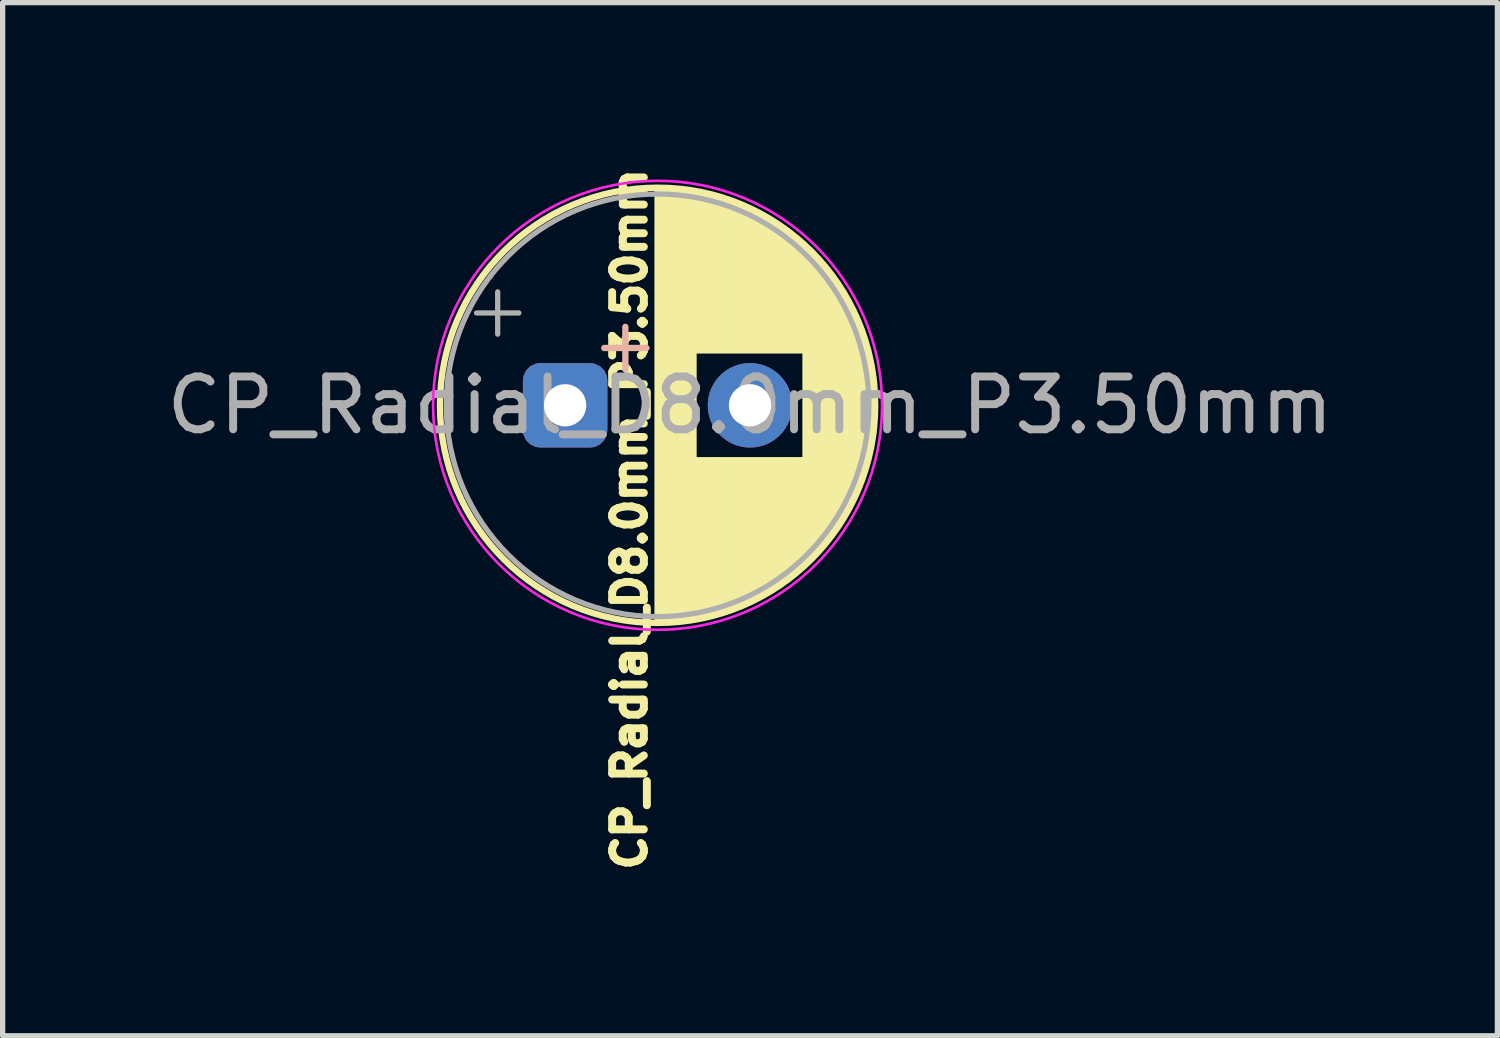
<source format=kicad_pcb>
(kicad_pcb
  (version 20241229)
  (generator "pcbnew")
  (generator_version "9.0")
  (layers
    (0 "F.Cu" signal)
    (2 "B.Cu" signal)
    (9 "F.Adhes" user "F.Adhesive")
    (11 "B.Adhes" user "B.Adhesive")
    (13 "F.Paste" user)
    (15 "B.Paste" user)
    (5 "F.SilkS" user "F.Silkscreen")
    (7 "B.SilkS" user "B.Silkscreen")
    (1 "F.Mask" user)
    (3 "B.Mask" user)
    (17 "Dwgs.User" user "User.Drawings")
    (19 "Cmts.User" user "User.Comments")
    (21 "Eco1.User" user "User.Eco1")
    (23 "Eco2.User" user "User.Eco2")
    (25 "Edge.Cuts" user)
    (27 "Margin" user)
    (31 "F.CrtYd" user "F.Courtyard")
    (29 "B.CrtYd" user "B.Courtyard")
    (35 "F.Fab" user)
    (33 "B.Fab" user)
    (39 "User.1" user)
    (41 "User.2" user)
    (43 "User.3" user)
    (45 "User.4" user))
  (footprint "CP_Radial_D8.0mm_P3.50mm"
    (layer "F.Cu")
    (at 9.399 4.623)
    (property "Reference" "CP_Radial_D8.0mm_P3.50mm" (at -0.53 2.157 90) (layer "F.SilkS") (effects (font (size 0.6 0.6) (thickness 0.15))))
    (attr through_hole)
    (fp_line (start 0 -4.08) (end 0 4.08) (stroke (width 0.12) (type solid)) (layer "F.SilkS"))
    (fp_line (start 0.04 -4.08) (end 0.04 4.08) (stroke (width 0.12) (type solid)) (layer "F.SilkS"))
    (fp_line (start 0.08 -4.08) (end 0.08 4.08) (stroke (width 0.12) (type solid)) (layer "F.SilkS"))
    (fp_line (start 0.12 -4.079) (end 0.12 4.079) (stroke (width 0.12) (type solid)) (layer "F.SilkS"))
    (fp_line (start 0.16 -4.077) (end 0.16 4.077) (stroke (width 0.12) (type solid)) (layer "F.SilkS"))
    (fp_line (start 0.2 -4.076) (end 0.2 4.076) (stroke (width 0.12) (type solid)) (layer "F.SilkS"))
    (fp_line (start 0.24 -4.074) (end 0.24 4.074) (stroke (width 0.12) (type solid)) (layer "F.SilkS"))
    (fp_line (start 0.28 -4.071) (end 0.28 4.071) (stroke (width 0.12) (type solid)) (layer "F.SilkS"))
    (fp_line (start 0.32 -4.068) (end 0.32 4.068) (stroke (width 0.12) (type solid)) (layer "F.SilkS"))
    (fp_line (start 0.36 -4.065) (end 0.36 4.065) (stroke (width 0.12) (type solid)) (layer "F.SilkS"))
    (fp_line (start 0.4 -4.061) (end 0.4 4.061) (stroke (width 0.12) (type solid)) (layer "F.SilkS"))
    (fp_line (start 0.44 -4.057) (end 0.44 4.057) (stroke (width 0.12) (type solid)) (layer "F.SilkS"))
    (fp_line (start 0.48 -4.052) (end 0.48 4.052) (stroke (width 0.12) (type solid)) (layer "F.SilkS"))
    (fp_line (start 0.52 -4.048) (end 0.52 4.048) (stroke (width 0.12) (type solid)) (layer "F.SilkS"))
    (fp_line (start 0.56 -4.042) (end 0.56 4.042) (stroke (width 0.12) (type solid)) (layer "F.SilkS"))
    (fp_line (start 0.6 -4.037) (end 0.6 4.037) (stroke (width 0.12) (type solid)) (layer "F.SilkS"))
    (fp_line (start 0.64 -4.03) (end 0.64 4.03) (stroke (width 0.12) (type solid)) (layer "F.SilkS"))
    (fp_line (start 0.68 -4.024) (end 0.68 4.024) (stroke (width 0.12) (type solid)) (layer "F.SilkS"))
    (fp_line (start 0.721 -4.017) (end 0.721 -1.04) (stroke (width 0.12) (type solid)) (layer "F.SilkS"))
    (fp_line (start 0.721 1.04) (end 0.721 4.017) (stroke (width 0.12) (type solid)) (layer "F.SilkS"))
    (fp_line (start 0.761 -4.01) (end 0.761 -1.04) (stroke (width 0.12) (type solid)) (layer "F.SilkS"))
    (fp_line (start 0.761 1.04) (end 0.761 4.01) (stroke (width 0.12) (type solid)) (layer "F.SilkS"))
    (fp_line (start 0.801 -4.002) (end 0.801 -1.04) (stroke (width 0.12) (type solid)) (layer "F.SilkS"))
    (fp_line (start 0.801 1.04) (end 0.801 4.002) (stroke (width 0.12) (type solid)) (layer "F.SilkS"))
    (fp_line (start 0.841 -3.994) (end 0.841 -1.04) (stroke (width 0.12) (type solid)) (layer "F.SilkS"))
    (fp_line (start 0.841 1.04) (end 0.841 3.994) (stroke (width 0.12) (type solid)) (layer "F.SilkS"))
    (fp_line (start 0.881 1.04) (end 0.881 3.985) (stroke (width 0.12) (type solid)) (layer "F.SilkS"))
    (fp_line (start 0.881 -3.985) (end 0.881 -1.04) (stroke (width 0.12) (type solid)) (layer "F.SilkS"))
    (fp_line (start 0.921 -3.976) (end 0.921 -1.04) (stroke (width 0.12) (type solid)) (layer "F.SilkS"))
    (fp_line (start 0.921 1.04) (end 0.921 3.976) (stroke (width 0.12) (type solid)) (layer "F.SilkS"))
    (fp_line (start 0.961 -3.967) (end 0.961 -1.04) (stroke (width 0.12) (type solid)) (layer "F.SilkS"))
    (fp_line (start 0.961 1.04) (end 0.961 3.967) (stroke (width 0.12) (type solid)) (layer "F.SilkS"))
    (fp_line (start 1.001 -3.957) (end 1.001 -1.04) (stroke (width 0.12) (type solid)) (layer "F.SilkS"))
    (fp_line (start 1.001 1.04) (end 1.001 3.957) (stroke (width 0.12) (type solid)) (layer "F.SilkS"))
    (fp_line (start 1.041 -3.947) (end 1.041 -1.04) (stroke (width 0.12) (type solid)) (layer "F.SilkS"))
    (fp_line (start 1.041 1.04) (end 1.041 3.947) (stroke (width 0.12) (type solid)) (layer "F.SilkS"))
    (fp_line (start 1.081 1.04) (end 1.081 3.936) (stroke (width 0.12) (type solid)) (layer "F.SilkS"))
    (fp_line (start 1.081 -3.936) (end 1.081 -1.04) (stroke (width 0.12) (type solid)) (layer "F.SilkS"))
    (fp_line (start 1.121 -3.925) (end 1.121 -1.04) (stroke (width 0.12) (type solid)) (layer "F.SilkS"))
    (fp_line (start 1.121 1.04) (end 1.121 3.925) (stroke (width 0.12) (type solid)) (layer "F.SilkS"))
    (fp_line (start 1.161 -3.914) (end 1.161 -1.04) (stroke (width 0.12) (type solid)) (layer "F.SilkS"))
    (fp_line (start 1.161 1.04) (end 1.161 3.914) (stroke (width 0.12) (type solid)) (layer "F.SilkS"))
    (fp_line (start 1.201 -3.902) (end 1.201 -1.04) (stroke (width 0.12) (type solid)) (layer "F.SilkS"))
    (fp_line (start 1.201 1.04) (end 1.201 3.902) (stroke (width 0.12) (type solid)) (layer "F.SilkS"))
    (fp_line (start 1.241 -3.889) (end 1.241 -1.04) (stroke (width 0.12) (type solid)) (layer "F.SilkS"))
    (fp_line (start 1.241 1.04) (end 1.241 3.889) (stroke (width 0.12) (type solid)) (layer "F.SilkS"))
    (fp_line (start 1.281 -3.877) (end 1.281 -1.04) (stroke (width 0.12) (type solid)) (layer "F.SilkS"))
    (fp_line (start 1.281 1.04) (end 1.281 3.877) (stroke (width 0.12) (type solid)) (layer "F.SilkS"))
    (fp_line (start 1.321 1.04) (end 1.321 3.863) (stroke (width 0.12) (type solid)) (layer "F.SilkS"))
    (fp_line (start 1.321 -3.863) (end 1.321 -1.04) (stroke (width 0.12) (type solid)) (layer "F.SilkS"))
    (fp_line (start 1.361 -3.85) (end 1.361 -1.04) (stroke (width 0.12) (type solid)) (layer "F.SilkS"))
    (fp_line (start 1.361 1.04) (end 1.361 3.85) (stroke (width 0.12) (type solid)) (layer "F.SilkS"))
    (fp_line (start 1.401 -3.835) (end 1.401 -1.04) (stroke (width 0.12) (type solid)) (layer "F.SilkS"))
    (fp_line (start 1.401 1.04) (end 1.401 3.835) (stroke (width 0.12) (type solid)) (layer "F.SilkS"))
    (fp_line (start 1.441 -3.821) (end 1.441 -1.04) (stroke (width 0.12) (type solid)) (layer "F.SilkS"))
    (fp_line (start 1.441 1.04) (end 1.441 3.821) (stroke (width 0.12) (type solid)) (layer "F.SilkS"))
    (fp_line (start 1.481 -3.805) (end 1.481 -1.04) (stroke (width 0.12) (type solid)) (layer "F.SilkS"))
    (fp_line (start 1.481 1.04) (end 1.481 3.805) (stroke (width 0.12) (type solid)) (layer "F.SilkS"))
    (fp_line (start 1.521 1.04) (end 1.521 3.79) (stroke (width 0.12) (type solid)) (layer "F.SilkS"))
    (fp_line (start 1.521 -3.79) (end 1.521 -1.04) (stroke (width 0.12) (type solid)) (layer "F.SilkS"))
    (fp_line (start 1.561 -3.774) (end 1.561 -1.04) (stroke (width 0.12) (type solid)) (layer "F.SilkS"))
    (fp_line (start 1.561 1.04) (end 1.561 3.774) (stroke (width 0.12) (type solid)) (layer "F.SilkS"))
    (fp_line (start 1.601 -3.757) (end 1.601 -1.04) (stroke (width 0.12) (type solid)) (layer "F.SilkS"))
    (fp_line (start 1.601 1.04) (end 1.601 3.757) (stroke (width 0.12) (type solid)) (layer "F.SilkS"))
    (fp_line (start 1.641 -3.74) (end 1.641 -1.04) (stroke (width 0.12) (type solid)) (layer "F.SilkS"))
    (fp_line (start 1.641 1.04) (end 1.641 3.74) (stroke (width 0.12) (type solid)) (layer "F.SilkS"))
    (fp_line (start 1.681 -3.722) (end 1.681 -1.04) (stroke (width 0.12) (type solid)) (layer "F.SilkS"))
    (fp_line (start 1.681 1.04) (end 1.681 3.722) (stroke (width 0.12) (type solid)) (layer "F.SilkS"))
    (fp_line (start 1.721 -3.704) (end 1.721 -1.04) (stroke (width 0.12) (type solid)) (layer "F.SilkS"))
    (fp_line (start 1.721 1.04) (end 1.721 3.704) (stroke (width 0.12) (type solid)) (layer "F.SilkS"))
    (fp_line (start 1.761 -3.686) (end 1.761 -1.04) (stroke (width 0.12) (type solid)) (layer "F.SilkS"))
    (fp_line (start 1.761 1.04) (end 1.761 3.686) (stroke (width 0.12) (type solid)) (layer "F.SilkS"))
    (fp_line (start 1.801 -3.666) (end 1.801 -1.04) (stroke (width 0.12) (type solid)) (layer "F.SilkS"))
    (fp_line (start 1.801 1.04) (end 1.801 3.666) (stroke (width 0.12) (type solid)) (layer "F.SilkS"))
    (fp_line (start 1.841 -3.647) (end 1.841 -1.04) (stroke (width 0.12) (type solid)) (layer "F.SilkS"))
    (fp_line (start 1.841 1.04) (end 1.841 3.647) (stroke (width 0.12) (type solid)) (layer "F.SilkS"))
    (fp_line (start 1.881 -3.627) (end 1.881 -1.04) (stroke (width 0.12) (type solid)) (layer "F.SilkS"))
    (fp_line (start 1.881 1.04) (end 1.881 3.627) (stroke (width 0.12) (type solid)) (layer "F.SilkS"))
    (fp_line (start 1.921 -3.606) (end 1.921 -1.04) (stroke (width 0.12) (type solid)) (layer "F.SilkS"))
    (fp_line (start 1.921 1.04) (end 1.921 3.606) (stroke (width 0.12) (type solid)) (layer "F.SilkS"))
    (fp_line (start 1.961 1.04) (end 1.961 3.584) (stroke (width 0.12) (type solid)) (layer "F.SilkS"))
    (fp_line (start 1.961 -3.584) (end 1.961 -1.04) (stroke (width 0.12) (type solid)) (layer "F.SilkS"))
    (fp_line (start 2.001 -3.562) (end 2.001 -1.04) (stroke (width 0.12) (type solid)) (layer "F.SilkS"))
    (fp_line (start 2.001 1.04) (end 2.001 3.562) (stroke (width 0.12) (type solid)) (layer "F.SilkS"))
    (fp_line (start 2.041 -3.54) (end 2.041 -1.04) (stroke (width 0.12) (type solid)) (layer "F.SilkS"))
    (fp_line (start 2.041 1.04) (end 2.041 3.54) (stroke (width 0.12) (type solid)) (layer "F.SilkS"))
    (fp_line (start 2.081 -3.517) (end 2.081 -1.04) (stroke (width 0.12) (type solid)) (layer "F.SilkS"))
    (fp_line (start 2.081 1.04) (end 2.081 3.517) (stroke (width 0.12) (type solid)) (layer "F.SilkS"))
    (fp_line (start 2.121 -3.493) (end 2.121 -1.04) (stroke (width 0.12) (type solid)) (layer "F.SilkS"))
    (fp_line (start 2.121 1.04) (end 2.121 3.493) (stroke (width 0.12) (type solid)) (layer "F.SilkS"))
    (fp_line (start 2.161 -3.469) (end 2.161 -1.04) (stroke (width 0.12) (type solid)) (layer "F.SilkS"))
    (fp_line (start 2.161 1.04) (end 2.161 3.469) (stroke (width 0.12) (type solid)) (layer "F.SilkS"))
    (fp_line (start 2.201 -3.444) (end 2.201 -1.04) (stroke (width 0.12) (type solid)) (layer "F.SilkS"))
    (fp_line (start 2.201 1.04) (end 2.201 3.444) (stroke (width 0.12) (type solid)) (layer "F.SilkS"))
    (fp_line (start 2.241 -3.418) (end 2.241 -1.04) (stroke (width 0.12) (type solid)) (layer "F.SilkS"))
    (fp_line (start 2.241 1.04) (end 2.241 3.418) (stroke (width 0.12) (type solid)) (layer "F.SilkS"))
    (fp_line (start 2.281 -3.392) (end 2.281 -1.04) (stroke (width 0.12) (type solid)) (layer "F.SilkS"))
    (fp_line (start 2.281 1.04) (end 2.281 3.392) (stroke (width 0.12) (type solid)) (layer "F.SilkS"))
    (fp_line (start 2.321 -3.365) (end 2.321 -1.04) (stroke (width 0.12) (type solid)) (layer "F.SilkS"))
    (fp_line (start 2.321 1.04) (end 2.321 3.365) (stroke (width 0.12) (type solid)) (layer "F.SilkS"))
    (fp_line (start 2.361 1.04) (end 2.361 3.338) (stroke (width 0.12) (type solid)) (layer "F.SilkS"))
    (fp_line (start 2.361 -3.338) (end 2.361 -1.04) (stroke (width 0.12) (type solid)) (layer "F.SilkS"))
    (fp_line (start 2.401 1.04) (end 2.401 3.309) (stroke (width 0.12) (type solid)) (layer "F.SilkS"))
    (fp_line (start 2.401 -3.309) (end 2.401 -1.04) (stroke (width 0.12) (type solid)) (layer "F.SilkS"))
    (fp_line (start 2.441 -3.28) (end 2.441 -1.04) (stroke (width 0.12) (type solid)) (layer "F.SilkS"))
    (fp_line (start 2.441 1.04) (end 2.441 3.28) (stroke (width 0.12) (type solid)) (layer "F.SilkS"))
    (fp_line (start 2.481 -3.25) (end 2.481 -1.04) (stroke (width 0.12) (type solid)) (layer "F.SilkS"))
    (fp_line (start 2.481 1.04) (end 2.481 3.25) (stroke (width 0.12) (type solid)) (layer "F.SilkS"))
    (fp_line (start 2.521 -3.22) (end 2.521 -1.04) (stroke (width 0.12) (type solid)) (layer "F.SilkS"))
    (fp_line (start 2.521 1.04) (end 2.521 3.22) (stroke (width 0.12) (type solid)) (layer "F.SilkS"))
    (fp_line (start 2.561 -3.189) (end 2.561 -1.04) (stroke (width 0.12) (type solid)) (layer "F.SilkS"))
    (fp_line (start 2.561 1.04) (end 2.561 3.189) (stroke (width 0.12) (type solid)) (layer "F.SilkS"))
    (fp_line (start 2.601 -3.156) (end 2.601 -1.04) (stroke (width 0.12) (type solid)) (layer "F.SilkS"))
    (fp_line (start 2.601 1.04) (end 2.601 3.156) (stroke (width 0.12) (type solid)) (layer "F.SilkS"))
    (fp_line (start 2.641 -3.124) (end 2.641 -1.04) (stroke (width 0.12) (type solid)) (layer "F.SilkS"))
    (fp_line (start 2.641 1.04) (end 2.641 3.124) (stroke (width 0.12) (type solid)) (layer "F.SilkS"))
    (fp_line (start 2.681 -3.09) (end 2.681 -1.04) (stroke (width 0.12) (type solid)) (layer "F.SilkS"))
    (fp_line (start 2.681 1.04) (end 2.681 3.09) (stroke (width 0.12) (type solid)) (layer "F.SilkS"))
    (fp_line (start 2.721 -3.055) (end 2.721 -1.04) (stroke (width 0.12) (type solid)) (layer "F.SilkS"))
    (fp_line (start 2.721 1.04) (end 2.721 3.055) (stroke (width 0.12) (type solid)) (layer "F.SilkS"))
    (fp_line (start 2.761 -3.019) (end 2.761 -1.04) (stroke (width 0.12) (type solid)) (layer "F.SilkS"))
    (fp_line (start 2.761 1.04) (end 2.761 3.019) (stroke (width 0.12) (type solid)) (layer "F.SilkS"))
    (fp_line (start 2.801 -2.983) (end 2.801 2.983) (stroke (width 0.12) (type solid)) (layer "F.SilkS"))
    (fp_line (start 2.841 -2.945) (end 2.841 2.945) (stroke (width 0.12) (type solid)) (layer "F.SilkS"))
    (fp_line (start 2.881 -2.907) (end 2.881 2.907) (stroke (width 0.12) (type solid)) (layer "F.SilkS"))
    (fp_line (start 2.921 -2.867) (end 2.921 2.867) (stroke (width 0.12) (type solid)) (layer "F.SilkS"))
    (fp_line (start 2.961 -2.826) (end 2.961 2.826) (stroke (width 0.12) (type solid)) (layer "F.SilkS"))
    (fp_line (start 3.001 -2.784) (end 3.001 2.784) (stroke (width 0.12) (type solid)) (layer "F.SilkS"))
    (fp_line (start 3.041 -2.741) (end 3.041 2.741) (stroke (width 0.12) (type solid)) (layer "F.SilkS"))
    (fp_line (start 3.081 -2.697) (end 3.081 2.697) (stroke (width 0.12) (type solid)) (layer "F.SilkS"))
    (fp_line (start 3.121 -2.651) (end 3.121 2.651) (stroke (width 0.12) (type solid)) (layer "F.SilkS"))
    (fp_line (start 3.161 -2.604) (end 3.161 2.604) (stroke (width 0.12) (type solid)) (layer "F.SilkS"))
    (fp_line (start 3.201 -2.556) (end 3.201 2.556) (stroke (width 0.12) (type solid)) (layer "F.SilkS"))
    (fp_line (start 3.241 -2.505) (end 3.241 2.505) (stroke (width 0.12) (type solid)) (layer "F.SilkS"))
    (fp_line (start 3.281 -2.454) (end 3.281 2.454) (stroke (width 0.12) (type solid)) (layer "F.SilkS"))
    (fp_line (start 3.321 -2.4) (end 3.321 2.4) (stroke (width 0.12) (type solid)) (layer "F.SilkS"))
    (fp_line (start 3.361 -2.345) (end 3.361 2.345) (stroke (width 0.12) (type solid)) (layer "F.SilkS"))
    (fp_line (start 3.401 -2.287) (end 3.401 2.287) (stroke (width 0.12) (type solid)) (layer "F.SilkS"))
    (fp_line (start 3.441 -2.228) (end 3.441 2.228) (stroke (width 0.12) (type solid)) (layer "F.SilkS"))
    (fp_line (start 3.481 -2.166) (end 3.481 2.166) (stroke (width 0.12) (type solid)) (layer "F.SilkS"))
    (fp_line (start 3.521 -2.102) (end 3.521 2.102) (stroke (width 0.12) (type solid)) (layer "F.SilkS"))
    (fp_line (start 3.561 -2.034) (end 3.561 2.034) (stroke (width 0.12) (type solid)) (layer "F.SilkS"))
    (fp_line (start 3.601 -1.964) (end 3.601 1.964) (stroke (width 0.12) (type solid)) (layer "F.SilkS"))
    (fp_line (start 3.641 -1.89) (end 3.641 1.89) (stroke (width 0.12) (type solid)) (layer "F.SilkS"))
    (fp_line (start 3.681 -1.813) (end 3.681 1.813) (stroke (width 0.12) (type solid)) (layer "F.SilkS"))
    (fp_line (start 3.721 -1.731) (end 3.721 1.731) (stroke (width 0.12) (type solid)) (layer "F.SilkS"))
    (fp_line (start 3.761 -1.645) (end 3.761 1.645) (stroke (width 0.12) (type solid)) (layer "F.SilkS"))
    (fp_line (start 3.801 -1.552) (end 3.801 1.552) (stroke (width 0.12) (type solid)) (layer "F.SilkS"))
    (fp_line (start 3.841 -1.453) (end 3.841 1.453) (stroke (width 0.12) (type solid)) (layer "F.SilkS"))
    (fp_line (start 3.881 -1.346) (end 3.881 1.346) (stroke (width 0.12) (type solid)) (layer "F.SilkS"))
    (fp_line (start 3.921 -1.229) (end 3.921 1.229) (stroke (width 0.12) (type solid)) (layer "F.SilkS"))
    (fp_line (start 3.961 -1.098) (end 3.961 1.098) (stroke (width 0.12) (type solid)) (layer "F.SilkS"))
    (fp_line (start 4.001 -0.948) (end 4.001 0.948) (stroke (width 0.12) (type solid)) (layer "F.SilkS"))
    (fp_line (start 4.041 -0.768) (end 4.041 0.768) (stroke (width 0.12) (type solid)) (layer "F.SilkS"))
    (fp_line (start 4.081 -0.533) (end 4.081 0.533) (stroke (width 0.12) (type solid)) (layer "F.SilkS"))
    (fp_circle (center 0 0) (end 4.12 0) (stroke (width 0.12) (type solid)) (fill no) (layer "F.SilkS"))
    (fp_line (start -1.01 -1.085) (end -0.21 -1.085) (stroke (width 0.12) (type solid)) (layer "B.SilkS"))
    (fp_line (start -0.61 -0.685) (end -0.61 -1.485) (stroke (width 0.12) (type solid)) (layer "B.SilkS"))
    (fp_circle (center 0 0) (end 4.25 0) (stroke (width 0.05) (type solid)) (fill no) (layer "F.CrtYd"))
    (fp_line (start -3.427 -1.748) (end -2.627 -1.748) (stroke (width 0.1) (type solid)) (layer "F.Fab"))
    (fp_line (start -3.027 -2.147) (end -3.027 -1.347) (stroke (width 0.1) (type solid)) (layer "F.Fab"))
    (fp_circle (center 0 0) (end 4 0) (stroke (width 0.1) (type solid)) (fill no) (layer "F.Fab"))
    (fp_text user "${REFERENCE}" (at 1.75 0 0) (layer "F.Fab") (effects (font (size 1 1) (thickness 0.15))))
    (pad "1" thru_hole roundrect (at -1.75 0) (size 1.6 1.6) (drill 0.8) (layers "*.Cu" "*.Mask") (roundrect_rratio 0.206))
    (pad "2" thru_hole circle (at 1.75 0) (size 1.6 1.6) (drill 0.8) (layers "*.Cu" "*.Mask")))
  (gr_rect
    (start -3 -3)
    (end 25.298 16.559)
    (stroke (width 0.1) (type default))
    (fill no)
    (layer "Edge.Cuts")))
</source>
